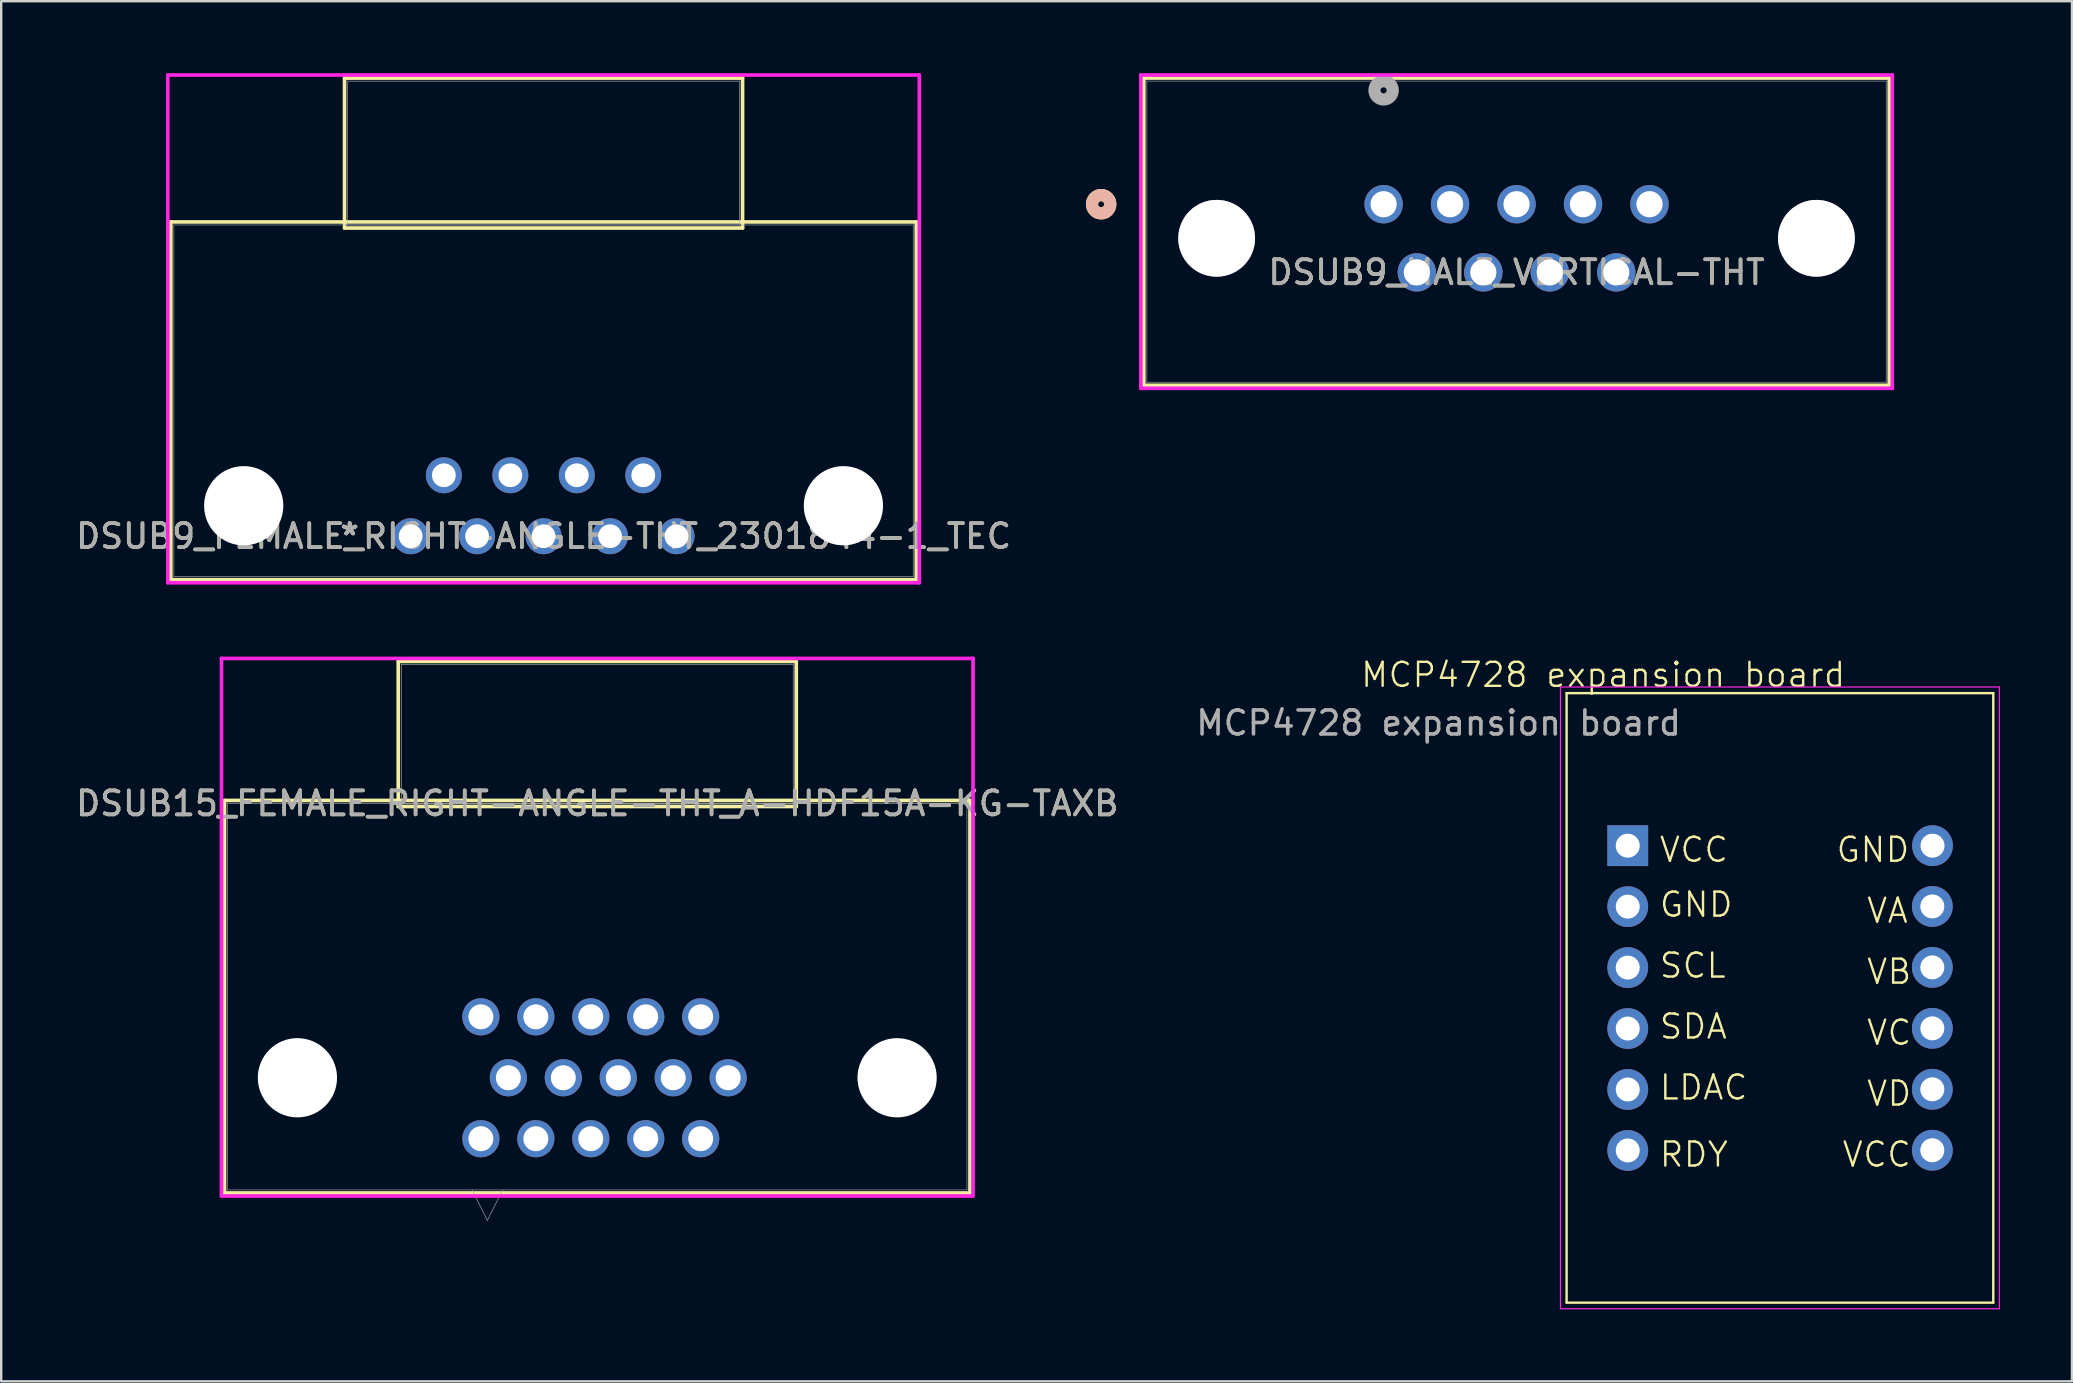
<source format=kicad_pcb>
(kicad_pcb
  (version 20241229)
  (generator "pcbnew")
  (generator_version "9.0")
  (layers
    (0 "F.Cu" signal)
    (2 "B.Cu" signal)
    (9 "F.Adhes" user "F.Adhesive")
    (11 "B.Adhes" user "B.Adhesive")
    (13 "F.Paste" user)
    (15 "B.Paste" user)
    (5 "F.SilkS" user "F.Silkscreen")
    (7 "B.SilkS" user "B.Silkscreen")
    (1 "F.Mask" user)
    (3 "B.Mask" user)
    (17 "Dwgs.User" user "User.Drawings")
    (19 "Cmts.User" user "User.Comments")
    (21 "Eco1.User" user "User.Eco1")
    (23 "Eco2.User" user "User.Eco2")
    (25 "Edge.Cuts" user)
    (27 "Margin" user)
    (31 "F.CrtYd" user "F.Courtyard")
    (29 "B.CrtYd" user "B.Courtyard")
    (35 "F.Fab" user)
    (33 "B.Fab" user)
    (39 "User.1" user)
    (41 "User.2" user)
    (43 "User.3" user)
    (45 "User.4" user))
  (footprint "MCP4728 expansion board"
    (layer "F.Cu")
    (at 64.773 32.183)
    (property "Reference" "MCP4728 expansion board" (at -1.016 -7.112 0) (unlocked yes) (layer "F.SilkS") (effects (font (size 1 1) (thickness 0.1))))
    (attr through_hole)
    (fp_line (start -2.54 19.05) (end -2.54 -6.35) (stroke (width 0.1) (type default)) (layer "F.SilkS"))
    (fp_line (start -2.54 19.05) (end 15.24 19.05) (stroke (width 0.1) (type default)) (layer "F.SilkS"))
    (fp_line (start 15.24 -6.35) (end -2.54 -6.35) (stroke (width 0.1) (type default)) (layer "F.SilkS"))
    (fp_line (start 15.24 19.05) (end 15.24 -6.35) (stroke (width 0.1) (type default)) (layer "F.SilkS"))
    (fp_line (start -2.794 -6.604) (end 15.494 -6.604) (stroke (width 0.05) (type default)) (layer "F.CrtYd"))
    (fp_line (start -2.794 19.304) (end -2.794 -6.604) (stroke (width 0.05) (type default)) (layer "F.CrtYd"))
    (fp_line (start 15.494 -6.604) (end 15.494 19.304) (stroke (width 0.05) (type default)) (layer "F.CrtYd"))
    (fp_line (start 15.494 19.304) (end -2.794 19.304) (stroke (width 0.05) (type default)) (layer "F.CrtYd"))
    (fp_text user "VCC" (at 8.89 13.462 0) (unlocked yes) (layer "F.SilkS") (effects (font (size 1 1) (thickness 0.1)) (justify left bottom)))
    (fp_text user "SCL" (at 1.27 5.588 0) (unlocked yes) (layer "F.SilkS") (effects (font (size 1 1) (thickness 0.1)) (justify left bottom)))
    (fp_text user "GND" (at 8.636 0.762 0) (unlocked yes) (layer "F.SilkS") (effects (font (size 1 1) (thickness 0.1)) (justify left bottom)))
    (fp_text user "SDA" (at 1.27 8.128 0) (unlocked yes) (layer "F.SilkS") (effects (font (size 1 1) (thickness 0.1)) (justify left bottom)))
    (fp_text user "VCC" (at 1.27 0.762 0) (unlocked yes) (layer "F.SilkS") (effects (font (size 1 1) (thickness 0.1)) (justify left bottom)))
    (fp_text user "LDAC" (at 1.27 10.668 0) (unlocked yes) (layer "F.SilkS") (effects (font (size 1 1) (thickness 0.1)) (justify left bottom)))
    (fp_text user "RDY" (at 1.27 13.462 0) (unlocked yes) (layer "F.SilkS") (effects (font (size 1 1) (thickness 0.1)) (justify left bottom)))
    (fp_text user "VB" (at 9.906 5.842 0) (unlocked yes) (layer "F.SilkS") (effects (font (size 1 1) (thickness 0.1)) (justify left bottom)))
    (fp_text user "VD" (at 9.906 10.922 0) (unlocked yes) (layer "F.SilkS") (effects (font (size 1 1) (thickness 0.1)) (justify left bottom)))
    (fp_text user "VA" (at 9.906 3.302 0) (unlocked yes) (layer "F.SilkS") (effects (font (size 1 1) (thickness 0.1)) (justify left bottom)))
    (fp_text user "VC" (at 9.906 8.382 0) (unlocked yes) (layer "F.SilkS") (effects (font (size 1 1) (thickness 0.1)) (justify left bottom)))
    (fp_text user "GND" (at 1.27 3.048 0) (unlocked yes) (layer "F.SilkS") (effects (font (size 1 1) (thickness 0.1)) (justify left bottom)))
    (fp_text user "${REFERENCE}" (at -7.874 -5.104 0) (unlocked yes) (layer "F.Fab") (effects (font (size 1 1) (thickness 0.15))))
    (pad "1" thru_hole rect (at 0.008 0.008) (size 1.7 1.7) (drill 1) (layers "*.Cu" "*.Mask"))
    (pad "2" thru_hole circle (at 0.008 2.548) (size 1.7 1.7) (drill 1) (layers "*.Cu" "*.Mask"))
    (pad "3" thru_hole circle (at 0.008 5.088) (size 1.7 1.7) (drill 1) (layers "*.Cu" "*.Mask"))
    (pad "4" thru_hole circle (at 0.008 7.628) (size 1.7 1.7) (drill 1) (layers "*.Cu" "*.Mask"))
    (pad "5" thru_hole circle (at 0.008 10.168) (size 1.7 1.7) (drill 1) (layers "*.Cu" "*.Mask"))
    (pad "6" thru_hole circle (at 0.008 12.708) (size 1.7 1.7) (drill 1) (layers "*.Cu" "*.Mask"))
    (pad "7" thru_hole circle (at 12.708 0.008) (size 1.7 1.7) (drill 1) (layers "*.Cu" "*.Mask"))
    (pad "8" thru_hole circle (at 12.7 2.54) (size 1.7 1.7) (drill 1) (layers "*.Cu" "*.Mask"))
    (pad "9" thru_hole circle (at 12.7 5.08) (size 1.7 1.7) (drill 1) (layers "*.Cu" "*.Mask"))
    (pad "10" thru_hole circle (at 12.7 7.62) (size 1.7 1.7) (drill 1) (layers "*.Cu" "*.Mask"))
    (pad "11" thru_hole circle (at 12.7 10.16) (size 1.7 1.7) (drill 1) (layers "*.Cu" "*.Mask"))
    (pad "12" thru_hole circle (at 12.7 12.7) (size 1.7 1.7) (drill 1) (layers "*.Cu" "*.Mask")))
  (footprint "DSUB9_MALE_VERTICAL-THT"
    (layer "F.Cu")
    (at 54.607 5.46)
    (property "Reference" "DSUB9_MALE_VERTICAL-THT" (at 5.54 2.84 0) (unlocked yes) (layer "F.SilkS") (effects (font (size 1 1) (thickness 0.15))))
    (attr through_hole)
    (fp_line (start -9.992 -5.257) (end -9.992 7.545) (stroke (width 0.152) (type solid)) (layer "F.SilkS"))
    (fp_line (start -9.992 7.545) (end 21.072 7.545) (stroke (width 0.152) (type solid)) (layer "F.SilkS"))
    (fp_line (start 21.072 -5.257) (end -9.992 -5.257) (stroke (width 0.152) (type solid)) (layer "F.SilkS"))
    (fp_line (start 21.072 7.545) (end 21.072 -5.257) (stroke (width 0.152) (type solid)) (layer "F.SilkS"))
    (fp_circle (center -11.77 0) (end -11.389 0) (stroke (width 0.508) (type solid)) (fill no) (layer "F.SilkS"))
    (fp_circle (center -11.77 0) (end -11.389 0) (stroke (width 0.508) (type solid)) (fill no) (layer "B.SilkS"))
    (fp_line (start -10.119 -5.384) (end -10.119 7.672) (stroke (width 0.152) (type solid)) (layer "F.CrtYd"))
    (fp_line (start -10.119 7.672) (end 21.199 7.672) (stroke (width 0.152) (type solid)) (layer "F.CrtYd"))
    (fp_line (start 21.199 -5.384) (end -10.119 -5.384) (stroke (width 0.152) (type solid)) (layer "F.CrtYd"))
    (fp_line (start 21.199 7.672) (end 21.199 -5.384) (stroke (width 0.152) (type solid)) (layer "F.CrtYd"))
    (fp_line (start -9.865 -5.13) (end -9.865 7.418) (stroke (width 0.025) (type solid)) (layer "F.Fab"))
    (fp_line (start -9.865 7.418) (end 20.945 7.418) (stroke (width 0.025) (type solid)) (layer "F.Fab"))
    (fp_line (start 20.945 -5.13) (end -9.865 -5.13) (stroke (width 0.025) (type solid)) (layer "F.Fab"))
    (fp_line (start 20.945 7.418) (end 20.945 -5.13) (stroke (width 0.025) (type solid)) (layer "F.Fab"))
    (fp_circle (center 0 -4.745) (end 0.381 -4.745) (stroke (width 0.508) (type solid)) (fill no) (layer "F.Fab"))
    (fp_text user "${REFERENCE}" (at 5.54 2.84 0) (unlocked yes) (layer "F.Fab") (effects (font (size 1 1) (thickness 0.15))))
    (pad "1" thru_hole circle (at 0 0) (size 1.6 1.6) (drill 1.092) (layers "*.Cu" "*.Mask"))
    (pad "2" thru_hole circle (at 2.77 0) (size 1.6 1.6) (drill 1.092) (layers "*.Cu" "*.Mask"))
    (pad "3" thru_hole circle (at 5.54 0) (size 1.6 1.6) (drill 1.092) (layers "*.Cu" "*.Mask"))
    (pad "4" thru_hole circle (at 8.31 0) (size 1.6 1.6) (drill 1.092) (layers "*.Cu" "*.Mask"))
    (pad "5" thru_hole circle (at 11.08 0) (size 1.6 1.6) (drill 1.092) (layers "*.Cu" "*.Mask"))
    (pad "6" thru_hole circle (at 1.385 2.84) (size 1.6 1.6) (drill 1.092) (layers "*.Cu" "*.Mask"))
    (pad "7" thru_hole circle (at 4.155 2.84) (size 1.6 1.6) (drill 1.092) (layers "*.Cu" "*.Mask"))
    (pad "8" thru_hole circle (at 6.925 2.84) (size 1.6 1.6) (drill 1.092) (layers "*.Cu" "*.Mask"))
    (pad "9" thru_hole circle (at 9.695 2.84) (size 1.6 1.6) (drill 1.092) (layers "*.Cu" "*.Mask"))
    (pad "10" thru_hole circle (at -6.957 1.42) (size 3.2 3.2) (drill 3.2) (layers "*.Cu" "*.Mask"))
    (pad "11" thru_hole circle (at 18.037 1.42) (size 3.2 3.2) (drill 3.2) (layers "*.Cu" "*.Mask")))
  (footprint "DSUB15_FEMALE_RIGHT-ANGLE-THT_A-HDF15A-KG-TAXB"
    (layer "F.Cu")
    (at 21.839 30.432)
    (property "Reference" "DSUB15_FEMALE_RIGHT-ANGLE-THT_A-HDF15A-KG-TAXB" (at 0 0 0) (unlocked yes) (layer "F.SilkS") (effects (font (size 1 1) (thickness 0.15))))
    (attr through_hole)
    (fp_line (start -15.532 -0.127) (end -15.532 16.231) (stroke (width 0.152) (type solid)) (layer "F.SilkS"))
    (fp_line (start -15.532 16.231) (end 15.532 16.231) (stroke (width 0.152) (type solid)) (layer "F.SilkS"))
    (fp_line (start -8.293 -5.918) (end -8.293 0.127) (stroke (width 0.152) (type solid)) (layer "F.SilkS"))
    (fp_line (start -8.293 0.127) (end 8.293 0.127) (stroke (width 0.152) (type solid)) (layer "F.SilkS"))
    (fp_line (start 8.293 -5.918) (end -8.293 -5.918) (stroke (width 0.152) (type solid)) (layer "F.SilkS"))
    (fp_line (start 8.293 0.127) (end 8.293 -5.918) (stroke (width 0.152) (type solid)) (layer "F.SilkS"))
    (fp_line (start 15.532 -0.127) (end -15.532 -0.127) (stroke (width 0.152) (type solid)) (layer "F.SilkS"))
    (fp_line (start 15.532 16.231) (end 15.532 -0.127) (stroke (width 0.152) (type solid)) (layer "F.SilkS"))
    (fp_line (start -15.659 -6.045) (end -15.659 16.358) (stroke (width 0.152) (type solid)) (layer "F.CrtYd"))
    (fp_line (start -15.659 16.358) (end 15.659 16.358) (stroke (width 0.152) (type solid)) (layer "F.CrtYd"))
    (fp_line (start 15.659 -6.045) (end -15.659 -6.045) (stroke (width 0.152) (type solid)) (layer "F.CrtYd"))
    (fp_line (start 15.659 16.358) (end 15.659 -6.045) (stroke (width 0.152) (type solid)) (layer "F.CrtYd"))
    (fp_line (start -15.405 0) (end -15.405 16.104) (stroke (width 0.025) (type solid)) (layer "F.Fab"))
    (fp_line (start -15.405 16.104) (end 15.405 16.104) (stroke (width 0.025) (type solid)) (layer "F.Fab"))
    (fp_line (start -8.166 -5.791) (end -8.166 0) (stroke (width 0.025) (type solid)) (layer "F.Fab"))
    (fp_line (start -8.166 0) (end 8.166 0) (stroke (width 0.025) (type solid)) (layer "F.Fab"))
    (fp_line (start -5.215 16.104) (end -4.58 17.374) (stroke (width 0.025) (type solid)) (layer "F.Fab"))
    (fp_line (start -3.945 16.104) (end -4.58 17.374) (stroke (width 0.025) (type solid)) (layer "F.Fab"))
    (fp_line (start 8.166 -5.791) (end -8.166 -5.791) (stroke (width 0.025) (type solid)) (layer "F.Fab"))
    (fp_line (start 8.166 0) (end 8.166 -5.791) (stroke (width 0.025) (type solid)) (layer "F.Fab"))
    (fp_line (start 15.405 0) (end -15.405 0) (stroke (width 0.025) (type solid)) (layer "F.Fab"))
    (fp_line (start 15.405 16.104) (end 15.405 0) (stroke (width 0.025) (type solid)) (layer "F.Fab"))
    (fp_text user "${REFERENCE}" (at 0 0 0) (unlocked yes) (layer "F.Fab") (effects (font (size 1 1) (thickness 0.15))))
    (pad "" np_thru_hole circle (at -12.495 11.43) (size 3.302 3.302) (drill 3.302) (layers "*.Cu" "*.Mask"))
    (pad "" np_thru_hole circle (at 12.495 11.43) (size 3.302 3.302) (drill 3.302) (layers "*.Cu" "*.Mask"))
    (pad "1" thru_hole circle (at -4.85 13.97) (size 1.549 1.549) (drill 1.041) (layers "*.Cu" "*.Mask"))
    (pad "2" thru_hole circle (at -2.56 13.97) (size 1.549 1.549) (drill 1.041) (layers "*.Cu" "*.Mask"))
    (pad "3" thru_hole circle (at -0.27 13.97) (size 1.549 1.549) (drill 1.041) (layers "*.Cu" "*.Mask"))
    (pad "4" thru_hole circle (at 2.02 13.97) (size 1.549 1.549) (drill 1.041) (layers "*.Cu" "*.Mask"))
    (pad "5" thru_hole circle (at 4.31 13.97) (size 1.549 1.549) (drill 1.041) (layers "*.Cu" "*.Mask"))
    (pad "6" thru_hole circle (at -3.705 11.43) (size 1.549 1.549) (drill 1.041) (layers "*.Cu" "*.Mask"))
    (pad "7" thru_hole circle (at -1.415 11.43) (size 1.549 1.549) (drill 1.041) (layers "*.Cu" "*.Mask"))
    (pad "8" thru_hole circle (at 0.875 11.43) (size 1.549 1.549) (drill 1.041) (layers "*.Cu" "*.Mask"))
    (pad "9" thru_hole circle (at 3.165 11.43) (size 1.549 1.549) (drill 1.041) (layers "*.Cu" "*.Mask"))
    (pad "10" thru_hole circle (at 5.455 11.43) (size 1.549 1.549) (drill 1.041) (layers "*.Cu" "*.Mask"))
    (pad "11" thru_hole circle (at -4.85 8.89) (size 1.549 1.549) (drill 1.041) (layers "*.Cu" "*.Mask"))
    (pad "12" thru_hole circle (at -2.56 8.89) (size 1.549 1.549) (drill 1.041) (layers "*.Cu" "*.Mask"))
    (pad "13" thru_hole circle (at -0.27 8.89) (size 1.549 1.549) (drill 1.041) (layers "*.Cu" "*.Mask"))
    (pad "14" thru_hole circle (at 2.02 8.89) (size 1.549 1.549) (drill 1.041) (layers "*.Cu" "*.Mask"))
    (pad "15" thru_hole circle (at 4.31 8.89) (size 1.549 1.549) (drill 1.041) (layers "*.Cu" "*.Mask")))
  (footprint "DSUB9_FEMALE_RIGHT-ANGLE-THT_2301844-1_TEC"
    (layer "F.Cu")
    (at 14.061 19.295)
    (property "Reference" "DSUB9_FEMALE_RIGHT-ANGLE-THT_2301844-1_TEC" (at 5.54 0 0) (unlocked yes) (layer "F.SilkS") (effects (font (size 1 1) (thickness 0.15))))
    (attr through_hole)
    (fp_line (start -9.992 -13.097) (end -9.992 1.813) (stroke (width 0.152) (type solid)) (layer "F.SilkS"))
    (fp_line (start -9.992 1.813) (end 21.072 1.813) (stroke (width 0.152) (type solid)) (layer "F.SilkS"))
    (fp_line (start -2.753 -19.091) (end -2.753 -12.843) (stroke (width 0.152) (type solid)) (layer "F.SilkS"))
    (fp_line (start -2.753 -12.843) (end 13.833 -12.843) (stroke (width 0.152) (type solid)) (layer "F.SilkS"))
    (fp_line (start 13.833 -19.091) (end -2.753 -19.091) (stroke (width 0.152) (type solid)) (layer "F.SilkS"))
    (fp_line (start 13.833 -12.843) (end 13.833 -19.091) (stroke (width 0.152) (type solid)) (layer "F.SilkS"))
    (fp_line (start 21.072 -13.097) (end -9.992 -13.097) (stroke (width 0.152) (type solid)) (layer "F.SilkS"))
    (fp_line (start 21.072 1.813) (end 21.072 -13.097) (stroke (width 0.152) (type solid)) (layer "F.SilkS"))
    (fp_line (start -10.119 -19.218) (end -10.119 1.94) (stroke (width 0.152) (type solid)) (layer "F.CrtYd"))
    (fp_line (start -10.119 1.94) (end 21.199 1.94) (stroke (width 0.152) (type solid)) (layer "F.CrtYd"))
    (fp_line (start 21.199 -19.218) (end -10.119 -19.218) (stroke (width 0.152) (type solid)) (layer "F.CrtYd"))
    (fp_line (start 21.199 1.94) (end 21.199 -19.218) (stroke (width 0.152) (type solid)) (layer "F.CrtYd"))
    (fp_line (start -9.865 -12.97) (end -9.865 1.686) (stroke (width 0.025) (type solid)) (layer "F.Fab"))
    (fp_line (start -9.865 1.686) (end 20.945 1.686) (stroke (width 0.025) (type solid)) (layer "F.Fab"))
    (fp_line (start -2.626 -18.964) (end -2.626 -12.97) (stroke (width 0.025) (type solid)) (layer "F.Fab"))
    (fp_line (start -2.626 -12.97) (end 13.706 -12.97) (stroke (width 0.025) (type solid)) (layer "F.Fab"))
    (fp_line (start 13.706 -18.964) (end -2.626 -18.964) (stroke (width 0.025) (type solid)) (layer "F.Fab"))
    (fp_line (start 13.706 -12.97) (end 13.706 -18.964) (stroke (width 0.025) (type solid)) (layer "F.Fab"))
    (fp_line (start 20.945 -12.97) (end -9.865 -12.97) (stroke (width 0.025) (type solid)) (layer "F.Fab"))
    (fp_line (start 20.945 1.686) (end 20.945 -12.97) (stroke (width 0.025) (type solid)) (layer "F.Fab"))
    (fp_text user "*" (at -2.54 0 0) (layer "F.SilkS") (effects (font (size 1 1) (thickness 0.15))))
    (fp_text user "*" (at -2.54 0 0) (unlocked yes) (layer "F.SilkS") (effects (font (size 1 1) (thickness 0.15))))
    (fp_text user "*" (at -2.54 0 0) (unlocked yes) (layer "F.Fab") (effects (font (size 1 1) (thickness 0.15))))
    (fp_text user "${REFERENCE}" (at 5.54 0 0) (unlocked yes) (layer "F.Fab") (effects (font (size 1 1) (thickness 0.15))))
    (fp_text user "*" (at -2.54 0 0) (layer "F.Fab") (effects (font (size 1 1) (thickness 0.15))))
    (pad "" np_thru_hole circle (at -6.955 -1.27) (size 3.302 3.302) (drill 3.302) (layers "*.Cu" "*.Mask"))
    (pad "" np_thru_hole circle (at 18.035 -1.27) (size 3.302 3.302) (drill 3.302) (layers "*.Cu" "*.Mask"))
    (pad "1" thru_hole circle (at 0 0) (size 1.499 1.499) (drill 0.991) (layers "*.Cu" "*.Mask"))
    (pad "2" thru_hole circle (at 2.77 0) (size 1.499 1.499) (drill 0.991) (layers "*.Cu" "*.Mask"))
    (pad "3" thru_hole circle (at 5.54 0) (size 1.499 1.499) (drill 0.991) (layers "*.Cu" "*.Mask"))
    (pad "4" thru_hole circle (at 8.31 0) (size 1.499 1.499) (drill 0.991) (layers "*.Cu" "*.Mask"))
    (pad "5" thru_hole circle (at 11.08 0) (size 1.499 1.499) (drill 0.991) (layers "*.Cu" "*.Mask"))
    (pad "6" thru_hole circle (at 1.385 -2.54) (size 1.499 1.499) (drill 0.991) (layers "*.Cu" "*.Mask"))
    (pad "7" thru_hole circle (at 4.155 -2.54) (size 1.499 1.499) (drill 0.991) (layers "*.Cu" "*.Mask"))
    (pad "8" thru_hole circle (at 6.925 -2.54) (size 1.499 1.499) (drill 0.991) (layers "*.Cu" "*.Mask"))
    (pad "9" thru_hole circle (at 9.695 -2.54) (size 1.499 1.499) (drill 0.991) (layers "*.Cu" "*.Mask")))
  (gr_rect
    (start -3 -3)
    (end 83.292 54.512)
    (stroke (width 0.1) (type default))
    (fill no)
    (layer "Edge.Cuts")))
</source>
